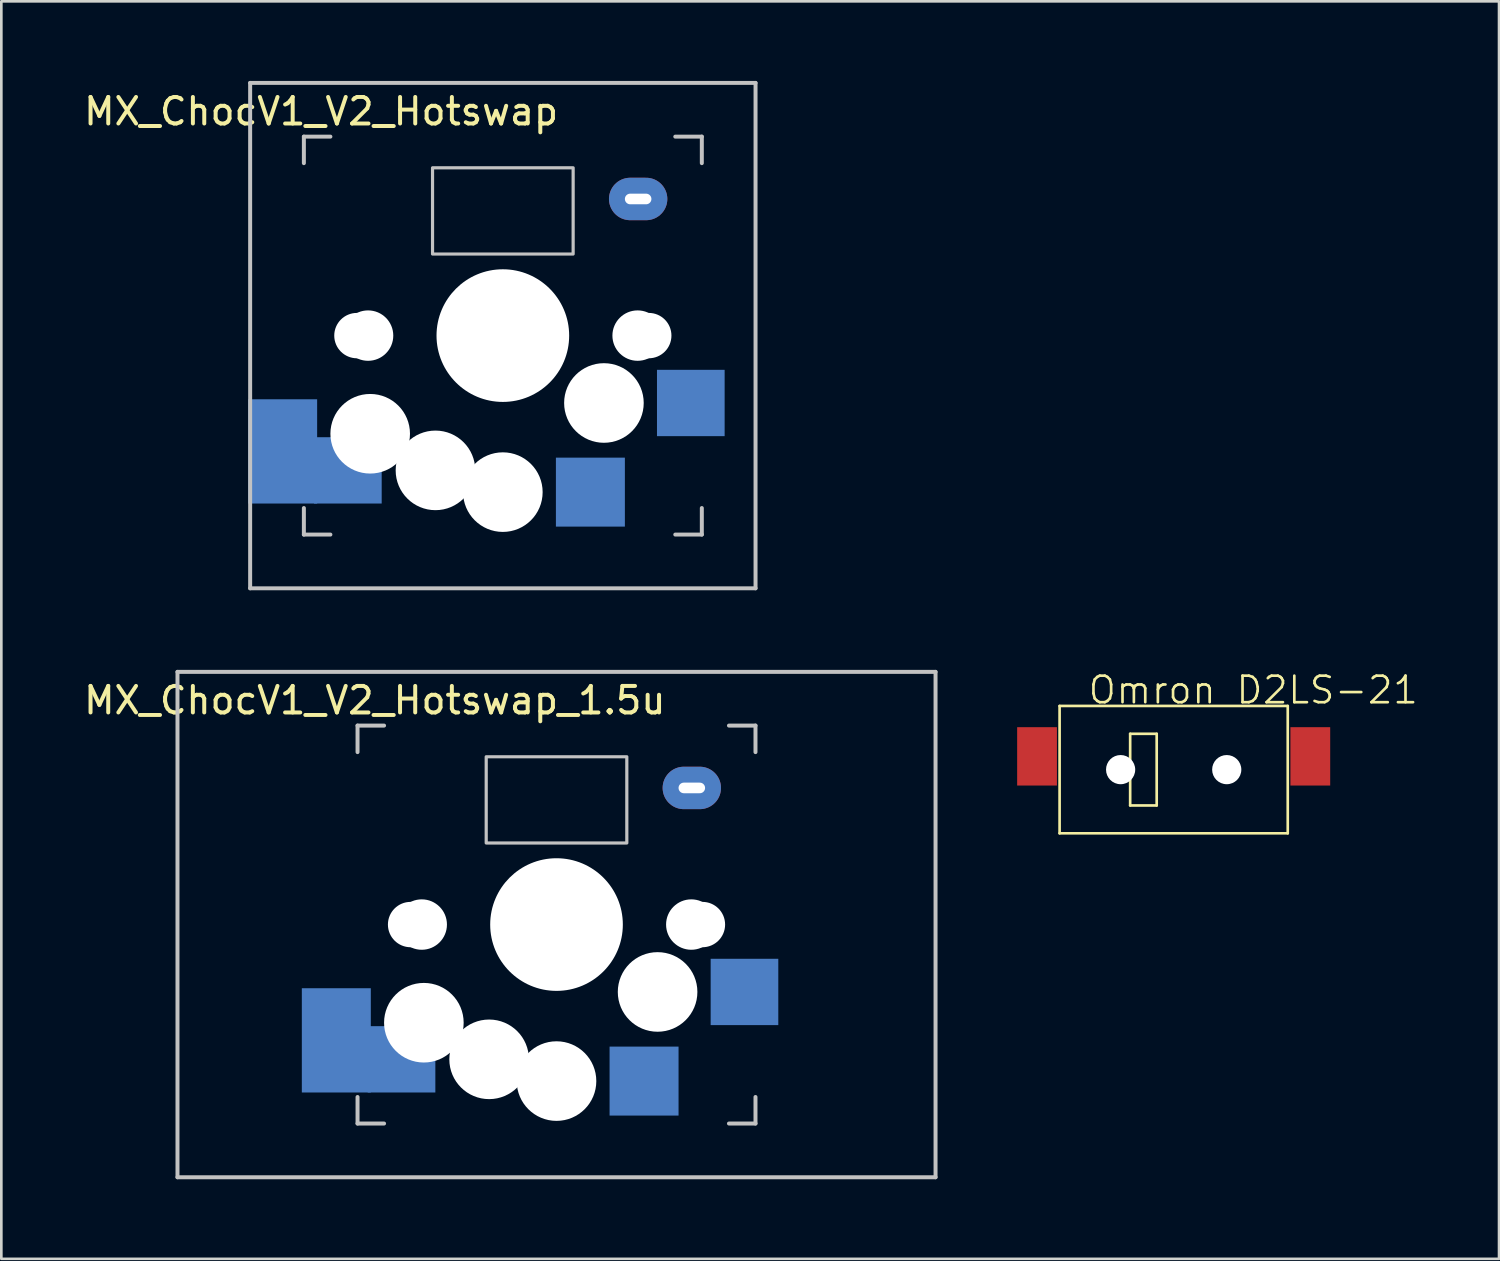
<source format=kicad_pcb>
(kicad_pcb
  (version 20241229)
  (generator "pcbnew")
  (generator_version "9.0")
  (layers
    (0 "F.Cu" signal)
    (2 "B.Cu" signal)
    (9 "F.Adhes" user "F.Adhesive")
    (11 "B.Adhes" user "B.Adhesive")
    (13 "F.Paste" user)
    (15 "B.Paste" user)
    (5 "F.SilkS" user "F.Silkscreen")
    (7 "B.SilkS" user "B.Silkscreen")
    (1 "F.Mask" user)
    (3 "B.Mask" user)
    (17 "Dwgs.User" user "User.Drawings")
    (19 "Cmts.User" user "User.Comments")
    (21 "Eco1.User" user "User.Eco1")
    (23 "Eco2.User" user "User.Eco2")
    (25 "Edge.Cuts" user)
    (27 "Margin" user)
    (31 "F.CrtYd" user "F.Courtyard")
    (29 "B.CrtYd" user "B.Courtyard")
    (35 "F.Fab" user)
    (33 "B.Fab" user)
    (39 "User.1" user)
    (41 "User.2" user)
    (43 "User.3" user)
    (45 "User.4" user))
  (footprint "MX_ChocV1_V2_Hotswap"
    (layer "F.Cu")
    (at 15.904 9.6)
    (property "Reference" "MX_ChocV1_V2_Hotswap" (at -6.85 -8.45 0) (layer "F.SilkS") (effects (font (size 1 1) (thickness 0.15))))
    (attr through_hole)
    (fp_line (start -9.525 -9.525) (end 9.525 -9.525) (stroke (width 0.15) (type solid)) (layer "Dwgs.User"))
    (fp_line (start -9.525 9.525) (end -9.525 -9.525) (stroke (width 0.15) (type solid)) (layer "Dwgs.User"))
    (fp_line (start -7.5 -7.5) (end -6.5 -7.5) (stroke (width 0.15) (type solid)) (layer "Dwgs.User"))
    (fp_line (start -7.5 -6.5) (end -7.5 -7.5) (stroke (width 0.15) (type solid)) (layer "Dwgs.User"))
    (fp_line (start -7.5 7.5) (end -7.5 6.5) (stroke (width 0.15) (type solid)) (layer "Dwgs.User"))
    (fp_line (start -6.5 7.5) (end -7.5 7.5) (stroke (width 0.15) (type solid)) (layer "Dwgs.User"))
    (fp_line (start 6.5 7.5) (end 7.5 7.5) (stroke (width 0.15) (type solid)) (layer "Dwgs.User"))
    (fp_line (start 7.5 -7.5) (end 6.5 -7.5) (stroke (width 0.15) (type solid)) (layer "Dwgs.User"))
    (fp_line (start 7.5 -6.5) (end 7.5 -7.5) (stroke (width 0.15) (type solid)) (layer "Dwgs.User"))
    (fp_line (start 7.5 7.5) (end 7.5 6.5) (stroke (width 0.15) (type solid)) (layer "Dwgs.User"))
    (fp_line (start 9.525 -9.525) (end 9.525 9.525) (stroke (width 0.15) (type solid)) (layer "Dwgs.User"))
    (fp_line (start 9.525 9.525) (end -9.525 9.525) (stroke (width 0.15) (type solid)) (layer "Dwgs.User"))
    (fp_rect (start -2.65 -3.075) (end 2.65 -6.325) (stroke (width 0.12) (type solid)) (fill no) (layer "Dwgs.User"))
    (pad "" np_thru_hole circle (at -5.5 0 90) (size 1.71 1.71) (drill 1.71) (layers "*.Cu"))
    (pad "" np_thru_hole circle (at -5.08 0 180) (size 1.9 1.9) (drill 1.9) (layers "*.Cu" "*.Mask"))
    (pad "" np_thru_hole circle (at -5 3.7 90) (size 3 3) (drill 3) (layers "*.Cu" "*.Mask"))
    (pad "" np_thru_hole circle (at -2.54 5.08 180) (size 3 3) (drill 3) (layers "*.Cu" "*.Mask"))
    (pad "" np_thru_hole circle (at 0 0 90) (size 5 5) (drill 5) (layers "*.Cu" "*.Mask"))
    (pad "" np_thru_hole circle (at 0 5.9 90) (size 3 3) (drill 3) (layers "*.Cu" "*.Mask"))
    (pad "" np_thru_hole circle (at 3.81 2.54 180) (size 3 3) (drill 3) (layers "*.Cu" "*.Mask"))
    (pad "" np_thru_hole circle (at 5.08 0 180) (size 1.9 1.9) (drill 1.9) (layers "*.Cu" "*.Mask"))
    (pad "" np_thru_hole oval (at 5.1 -5.15 180) (size 2.2 1.6) (drill oval 1 0.4) (layers "*.Cu" "*.Mask"))
    (pad "" np_thru_hole circle (at 5.5 0 90) (size 1.71 1.71) (drill 1.71) (layers "*.Cu"))
    (pad "1" smd rect (at 3.3 5.9 180) (size 2.6 2.6) (layers "B.Cu" "B.Mask" "B.Paste"))
    (pad "1" smd rect (at 7.085 2.54) (size 2.55 2.5) (layers "B.Cu" "B.Mask" "B.Paste"))
    (pad "2" smd rect (at -8.3 4.365 180) (size 2.6 3.93) (layers "B.Cu" "B.Mask" "B.Paste"))
    (pad "2" smd rect (at -5.842 5.08) (size 2.55 2.5) (layers "B.Cu" "B.Mask" "B.Paste")))
  (footprint "MX_ChocV1_V2_Hotswap_1.5u"
    (layer "F.Cu")
    (at 17.927 31.8)
    (property "Reference" "MX_ChocV1_V2_Hotswap_1.5u" (at -6.85 -8.45 0) (layer "F.SilkS") (effects (font (size 1 1) (thickness 0.15))))
    (attr through_hole)
    (fp_line (start -14.287 -9.525) (end 14.287 -9.525) (stroke (width 0.15) (type solid)) (layer "Dwgs.User"))
    (fp_line (start -14.287 9.525) (end -14.287 -9.525) (stroke (width 0.15) (type solid)) (layer "Dwgs.User"))
    (fp_line (start -7.5 -7.5) (end -6.5 -7.5) (stroke (width 0.15) (type solid)) (layer "Dwgs.User"))
    (fp_line (start -7.5 -6.5) (end -7.5 -7.5) (stroke (width 0.15) (type solid)) (layer "Dwgs.User"))
    (fp_line (start -7.5 7.5) (end -7.5 6.5) (stroke (width 0.15) (type solid)) (layer "Dwgs.User"))
    (fp_line (start -6.5 7.5) (end -7.5 7.5) (stroke (width 0.15) (type solid)) (layer "Dwgs.User"))
    (fp_line (start 6.5 7.5) (end 7.5 7.5) (stroke (width 0.15) (type solid)) (layer "Dwgs.User"))
    (fp_line (start 7.5 -7.5) (end 6.5 -7.5) (stroke (width 0.15) (type solid)) (layer "Dwgs.User"))
    (fp_line (start 7.5 -6.5) (end 7.5 -7.5) (stroke (width 0.15) (type solid)) (layer "Dwgs.User"))
    (fp_line (start 7.5 7.5) (end 7.5 6.5) (stroke (width 0.15) (type solid)) (layer "Dwgs.User"))
    (fp_line (start 14.287 -9.525) (end 14.287 9.525) (stroke (width 0.15) (type solid)) (layer "Dwgs.User"))
    (fp_line (start 14.287 9.525) (end -14.287 9.525) (stroke (width 0.15) (type solid)) (layer "Dwgs.User"))
    (fp_rect (start -2.65 -3.075) (end 2.65 -6.325) (stroke (width 0.12) (type solid)) (fill no) (layer "Dwgs.User"))
    (pad "" np_thru_hole circle (at -5.5 0 90) (size 1.71 1.71) (drill 1.71) (layers "*.Cu"))
    (pad "" np_thru_hole circle (at -5.08 0 180) (size 1.9 1.9) (drill 1.9) (layers "*.Cu" "*.Mask"))
    (pad "" np_thru_hole circle (at -5 3.7 90) (size 3 3) (drill 3) (layers "*.Cu" "*.Mask"))
    (pad "" np_thru_hole circle (at -2.54 5.08 180) (size 3 3) (drill 3) (layers "*.Cu" "*.Mask"))
    (pad "" np_thru_hole circle (at 0 0 90) (size 5 5) (drill 5) (layers "*.Cu" "*.Mask"))
    (pad "" np_thru_hole circle (at 0 5.9 90) (size 3 3) (drill 3) (layers "*.Cu" "*.Mask"))
    (pad "" np_thru_hole circle (at 3.81 2.54 180) (size 3 3) (drill 3) (layers "*.Cu" "*.Mask"))
    (pad "" np_thru_hole circle (at 5.08 0 180) (size 1.9 1.9) (drill 1.9) (layers "*.Cu" "*.Mask"))
    (pad "" np_thru_hole oval (at 5.1 -5.15 180) (size 2.2 1.6) (drill oval 1 0.4) (layers "*.Cu" "*.Mask"))
    (pad "" np_thru_hole circle (at 5.5 0 90) (size 1.71 1.71) (drill 1.71) (layers "*.Cu"))
    (pad "1" smd rect (at 3.3 5.9 180) (size 2.6 2.6) (layers "B.Cu" "B.Mask" "B.Paste"))
    (pad "1" smd rect (at 7.085 2.54) (size 2.55 2.5) (layers "B.Cu" "B.Mask" "B.Paste"))
    (pad "2" smd rect (at -8.3 4.365 180) (size 2.6 3.93) (layers "B.Cu" "B.Mask" "B.Paste"))
    (pad "2" smd rect (at -5.842 5.08) (size 2.55 2.5) (layers "B.Cu" "B.Mask" "B.Paste")))
  (footprint "Omron D2LS-21"
    (layer "F.Cu")
    (at 41.19 25.96)
    (property "Reference" "Omron D2LS-21" (at 3 -3 0) (unlocked yes) (layer "F.SilkS") (effects (font (size 1 1) (thickness 0.1))))
    (attr smd)
    (fp_line (start -4.3 -2.4) (end 4.3 -2.4) (stroke (width 0.1) (type default)) (layer "F.SilkS"))
    (fp_line (start -4.3 2.4) (end -4.3 -2.4) (stroke (width 0.1) (type default)) (layer "F.SilkS"))
    (fp_line (start -4.3 2.4) (end 4.3 2.4) (stroke (width 0.1) (type default)) (layer "F.SilkS"))
    (fp_line (start -1.64 -1.35) (end -0.64 -1.35) (stroke (width 0.1) (type default)) (layer "F.SilkS"))
    (fp_line (start -1.64 1.35) (end -1.64 -1.35) (stroke (width 0.1) (type default)) (layer "F.SilkS"))
    (fp_line (start -0.64 1.35) (end -1.64 1.35) (stroke (width 0.1) (type default)) (layer "F.SilkS"))
    (fp_line (start -0.64 1.35) (end -0.64 -1.35) (stroke (width 0.1) (type default)) (layer "F.SilkS"))
    (fp_line (start 4.3 -2.4) (end 4.3 2.4) (stroke (width 0.1) (type default)) (layer "F.SilkS"))
    (pad "" np_thru_hole circle (at -2 0) (size 1.1 1.1) (drill 1.1) (layers "*.Cu" "*.Mask"))
    (pad "" np_thru_hole circle (at 2 0) (size 1.1 1.1) (drill 1.1) (layers "*.Cu" "*.Mask"))
    (pad "1" smd rect (at -5.15 -0.5) (size 1.5 2.2) (layers "F.Cu" "F.Mask" "F.Paste"))
    (pad "2" smd rect (at 5.15 -0.5) (size 1.5 2.2) (layers "F.Cu" "F.Mask" "F.Paste")))
  (gr_rect
    (start -3 -3)
    (end 53.454 44.4)
    (stroke (width 0.1) (type default))
    (fill no)
    (layer "Edge.Cuts")))
</source>
